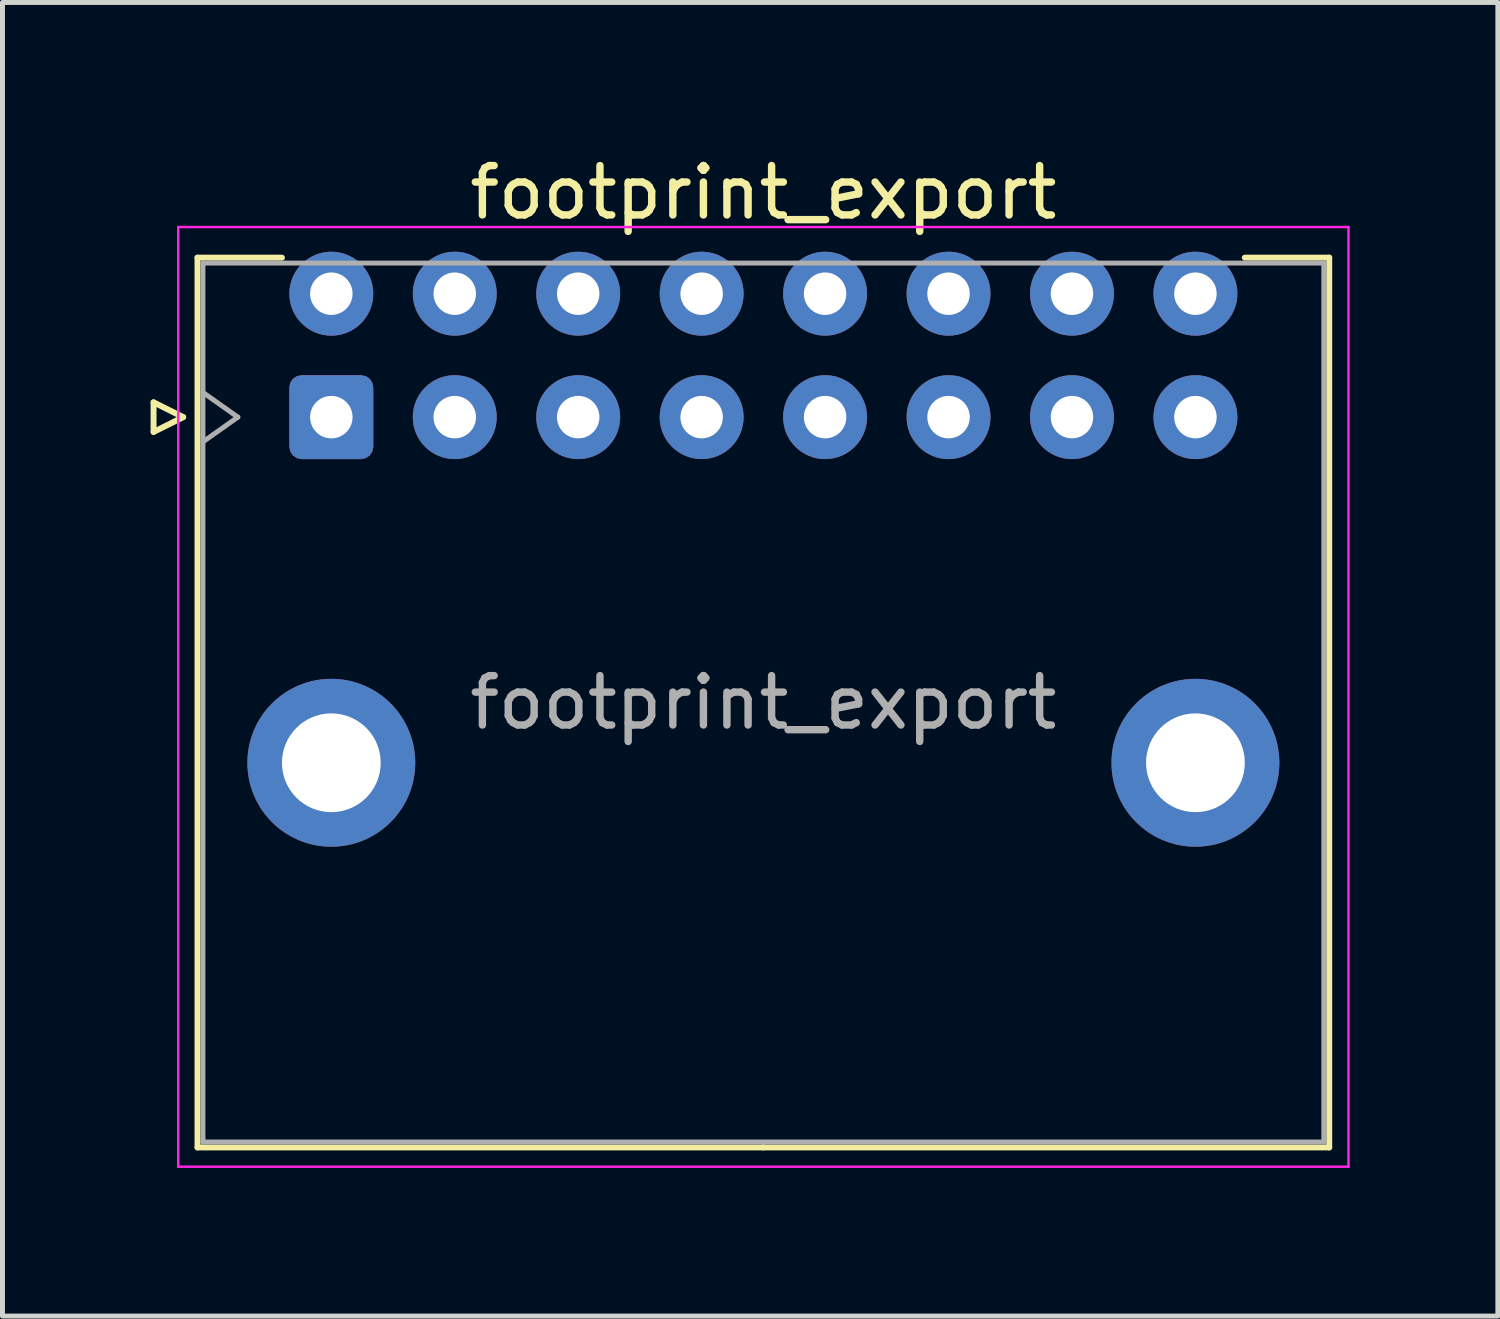
<source format=kicad_pcb>
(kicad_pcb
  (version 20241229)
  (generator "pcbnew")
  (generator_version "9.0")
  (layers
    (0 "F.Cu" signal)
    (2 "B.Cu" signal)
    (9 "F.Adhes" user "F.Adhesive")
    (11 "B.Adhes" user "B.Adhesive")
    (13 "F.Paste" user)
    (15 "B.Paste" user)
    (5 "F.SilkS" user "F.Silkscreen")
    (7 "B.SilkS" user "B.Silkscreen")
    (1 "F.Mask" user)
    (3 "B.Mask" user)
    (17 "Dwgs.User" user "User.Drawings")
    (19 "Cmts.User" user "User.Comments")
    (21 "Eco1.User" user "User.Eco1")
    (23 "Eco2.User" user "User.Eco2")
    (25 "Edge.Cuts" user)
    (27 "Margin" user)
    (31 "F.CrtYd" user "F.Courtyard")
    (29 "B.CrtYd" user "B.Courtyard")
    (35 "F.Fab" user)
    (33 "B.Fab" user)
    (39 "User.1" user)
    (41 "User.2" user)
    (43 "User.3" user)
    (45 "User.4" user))
  (footprint "footprint_export"
    (layer "F.Cu")
    (at 3.66 5.398)
    (property "Reference" "footprint_export" (at 8.75 -4.55 0) (layer "F.SilkS") (effects (font (size 1 1) (thickness 0.15))))
    (attr through_hole)
    (fp_line (start -3.6 -0.3) (end -3 0) (stroke (width 0.12) (type solid)) (layer "F.SilkS"))
    (fp_line (start -3.6 0.3) (end -3.6 -0.3) (stroke (width 0.12) (type solid)) (layer "F.SilkS"))
    (fp_line (start -3 0) (end -3.6 0.3) (stroke (width 0.12) (type solid)) (layer "F.SilkS"))
    (fp_line (start -2.71 -3.23) (end -2.71 14.79) (stroke (width 0.12) (type solid)) (layer "F.SilkS"))
    (fp_line (start -2.71 14.79) (end 8.75 14.79) (stroke (width 0.12) (type solid)) (layer "F.SilkS"))
    (fp_line (start -1 -3.23) (end -2.71 -3.23) (stroke (width 0.12) (type solid)) (layer "F.SilkS"))
    (fp_line (start 18.5 -3.23) (end 20.21 -3.23) (stroke (width 0.12) (type solid)) (layer "F.SilkS"))
    (fp_line (start 20.21 -3.23) (end 20.21 14.79) (stroke (width 0.12) (type solid)) (layer "F.SilkS"))
    (fp_line (start 20.21 14.79) (end 8.75 14.79) (stroke (width 0.12) (type solid)) (layer "F.SilkS"))
    (fp_line (start -3.1 -3.85) (end -3.1 15.18) (stroke (width 0.05) (type solid)) (layer "F.CrtYd"))
    (fp_line (start -3.1 15.18) (end 20.6 15.18) (stroke (width 0.05) (type solid)) (layer "F.CrtYd"))
    (fp_line (start 20.6 -3.85) (end -3.1 -3.85) (stroke (width 0.05) (type solid)) (layer "F.CrtYd"))
    (fp_line (start 20.6 15.18) (end 20.6 -3.85) (stroke (width 0.05) (type solid)) (layer "F.CrtYd"))
    (fp_line (start -2.6 -3.12) (end -2.6 14.68) (stroke (width 0.1) (type solid)) (layer "F.Fab"))
    (fp_line (start -2.6 0.5) (end -1.893 0) (stroke (width 0.1) (type solid)) (layer "F.Fab"))
    (fp_line (start -2.6 14.68) (end 20.1 14.68) (stroke (width 0.1) (type solid)) (layer "F.Fab"))
    (fp_line (start -1.893 0) (end -2.6 -0.5) (stroke (width 0.1) (type solid)) (layer "F.Fab"))
    (fp_line (start 20.1 -3.12) (end -2.6 -3.12) (stroke (width 0.1) (type solid)) (layer "F.Fab"))
    (fp_line (start 20.1 14.68) (end 20.1 -3.12) (stroke (width 0.1) (type solid)) (layer "F.Fab"))
    (fp_text user "${REFERENCE}" (at 8.75 5.78 0) (layer "F.Fab") (effects (font (size 1 1) (thickness 0.15))))
    (pad "" thru_hole circle (at 0 7) (size 3.4 3.4) (drill 2) (layers "*.Cu" "*.Mask"))
    (pad "" thru_hole circle (at 17.5 7) (size 3.4 3.4) (drill 2) (layers "*.Cu" "*.Mask"))
    (pad "1" thru_hole roundrect (at 0 0) (size 1.7 1.7) (drill 0.86) (layers "*.Cu" "*.Mask") (roundrect_rratio 0.147))
    (pad "2" thru_hole circle (at 2.5 0) (size 1.7 1.7) (drill 0.86) (layers "*.Cu" "*.Mask"))
    (pad "3" thru_hole circle (at 5 0) (size 1.7 1.7) (drill 0.86) (layers "*.Cu" "*.Mask"))
    (pad "4" thru_hole circle (at 7.5 0) (size 1.7 1.7) (drill 0.86) (layers "*.Cu" "*.Mask"))
    (pad "5" thru_hole circle (at 10 0) (size 1.7 1.7) (drill 0.86) (layers "*.Cu" "*.Mask"))
    (pad "6" thru_hole circle (at 12.5 0) (size 1.7 1.7) (drill 0.86) (layers "*.Cu" "*.Mask"))
    (pad "7" thru_hole circle (at 15 0) (size 1.7 1.7) (drill 0.86) (layers "*.Cu" "*.Mask"))
    (pad "8" thru_hole circle (at 17.5 0) (size 1.7 1.7) (drill 0.86) (layers "*.Cu" "*.Mask"))
    (pad "9" thru_hole circle (at 0 -2.5) (size 1.7 1.7) (drill 0.86) (layers "*.Cu" "*.Mask"))
    (pad "10" thru_hole circle (at 2.5 -2.5) (size 1.7 1.7) (drill 0.86) (layers "*.Cu" "*.Mask"))
    (pad "11" thru_hole circle (at 5 -2.5) (size 1.7 1.7) (drill 0.86) (layers "*.Cu" "*.Mask"))
    (pad "12" thru_hole circle (at 7.5 -2.5) (size 1.7 1.7) (drill 0.86) (layers "*.Cu" "*.Mask"))
    (pad "13" thru_hole circle (at 10 -2.5) (size 1.7 1.7) (drill 0.86) (layers "*.Cu" "*.Mask"))
    (pad "14" thru_hole circle (at 12.5 -2.5) (size 1.7 1.7) (drill 0.86) (layers "*.Cu" "*.Mask"))
    (pad "15" thru_hole circle (at 15 -2.5) (size 1.7 1.7) (drill 0.86) (layers "*.Cu" "*.Mask"))
    (pad "16" thru_hole circle (at 17.5 -2.5) (size 1.7 1.7) (drill 0.86) (layers "*.Cu" "*.Mask")))
  (gr_rect
    (start -3 -3)
    (end 27.285 23.603)
    (stroke (width 0.1) (type default))
    (fill no)
    (layer "Edge.Cuts")))
</source>
